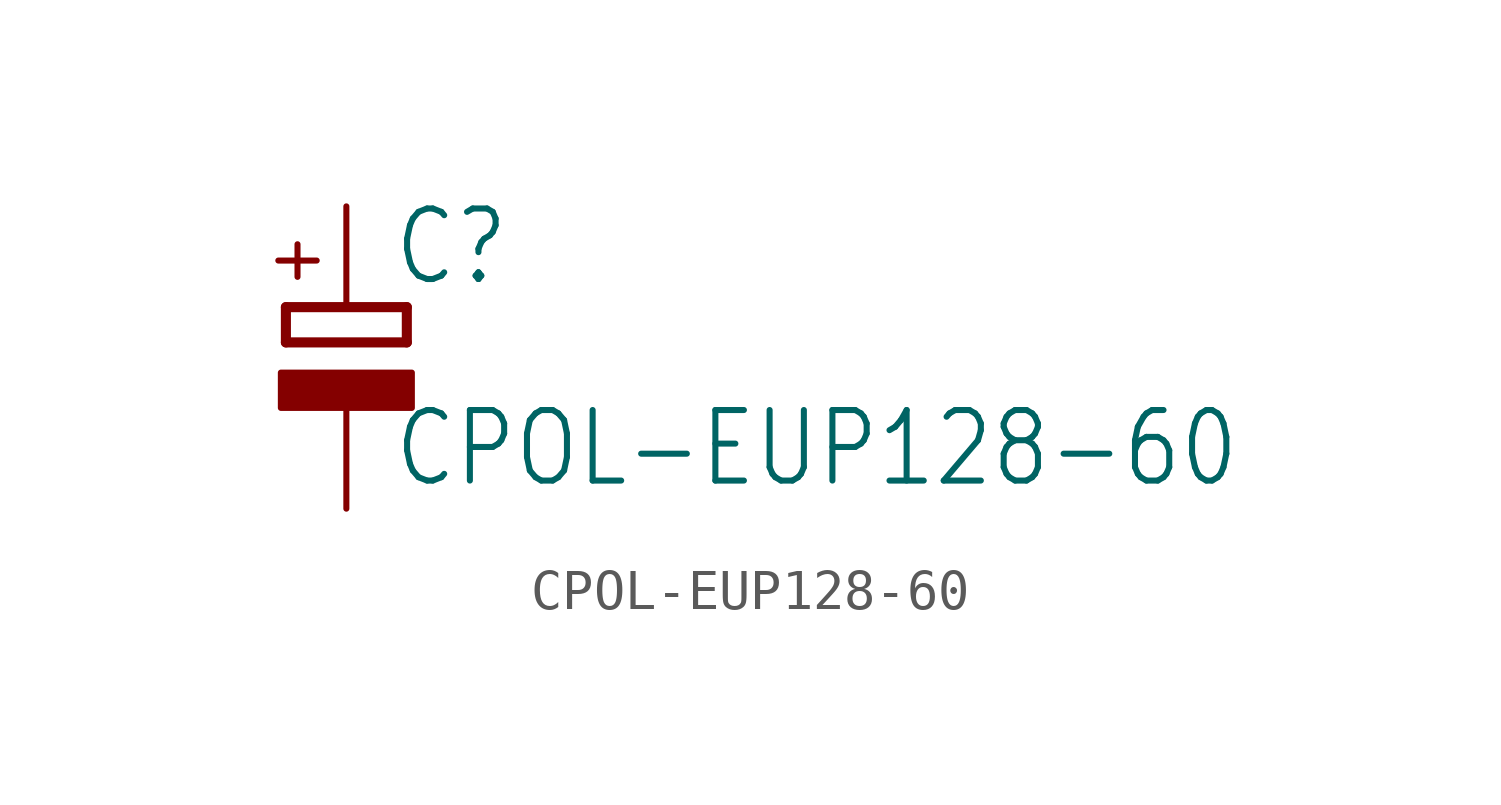
<source format=kicad_sym>
(kicad_symbol_lib
  (version 20211014)
  (generator kicad_symbol_editor)
  (symbol "CPOL-EUP128-60"
    (property "Reference" "C"
      (at 1.143 0.483 0)
      (effects (font (size 1.778 1.511)) (justify left bottom)))
    (property "Value" "CPOL-EUP128-60"
      (at 1.143 -4.597 0)
      (effects (font (size 1.778 1.511)) (justify left bottom)))
    (property "ki_locked" ""
      (at 0 0 0)
      (effects (font (size 1.27 1.27))))
    (symbol "CPOL-EUP128-60_1_0"
      (rectangle (start -1.651 -2.54) (end 1.651 -1.651) (stroke (width 0) (type default) (color 0 0 0 0)) (fill (type outline)))
      (polyline (pts (xy -1.524 -0.889) (xy 1.524 -0.889)) (stroke (width 0.254) (type default) (color 0 0 0 0)) (fill (type none)))
      (polyline (pts (xy -1.524 0) (xy -1.524 -0.889)) (stroke (width 0.254) (type default) (color 0 0 0 0)) (fill (type none)))
      (polyline (pts (xy -1.524 0) (xy 1.524 0)) (stroke (width 0.254) (type default) (color 0 0 0 0)) (fill (type none)))
      (polyline (pts (xy 1.524 -0.889) (xy 1.524 0)) (stroke (width 0.254) (type default) (color 0 0 0 0)) (fill (type none)))
      (text "+" (at -0.584 0.406 900) (effects (font (size 1.27 1.079)) (justify left bottom)))
      (pin passive line (at 0 2.54 270) (length 2.54) (name "+" (effects (font (size 0 0)))) (number "+" (effects (font (size 0 0)))))
      (pin passive line (at 0 -5.08 90) (length 2.54) (name "-" (effects (font (size 0 0)))) (number "-" (effects (font (size 0 0))))))))
</source>
